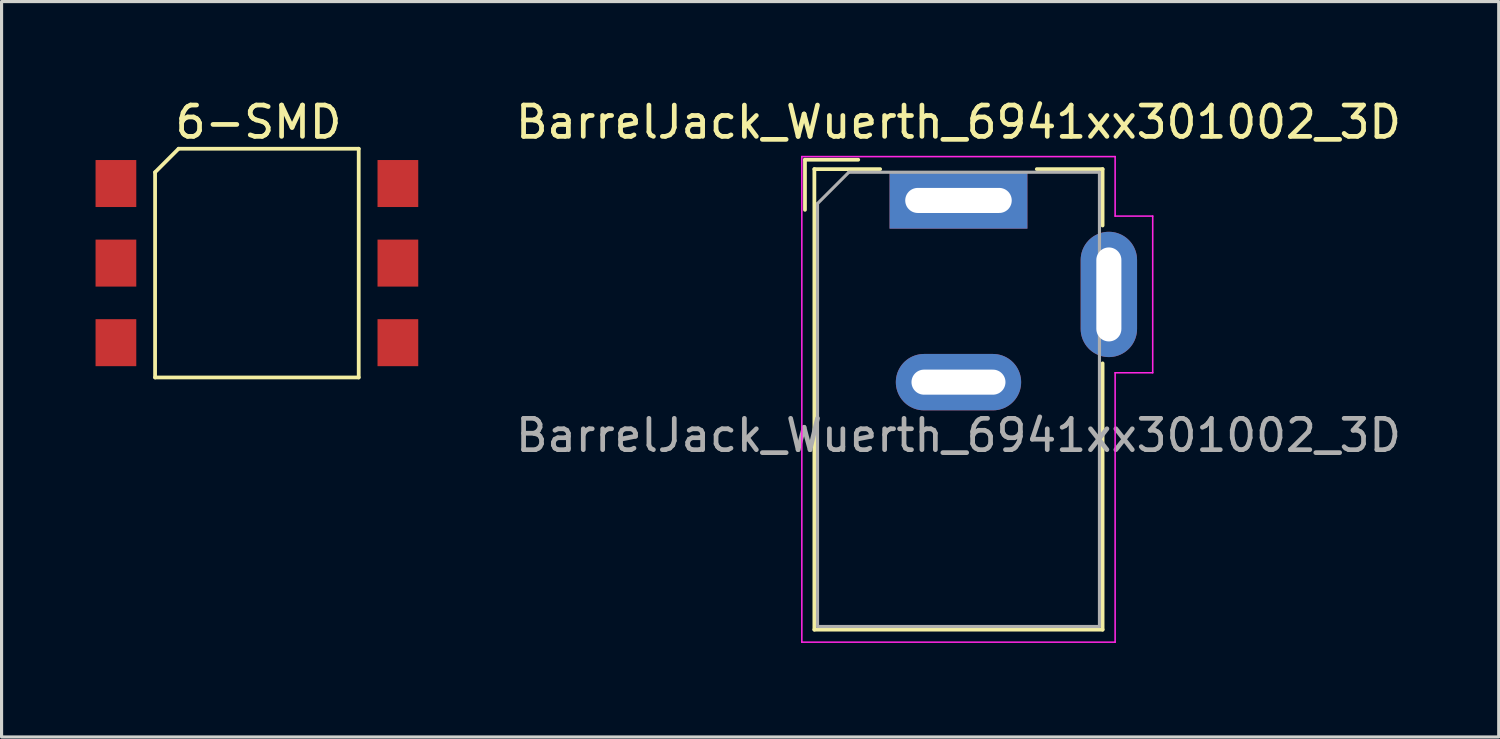
<source format=kicad_pcb>
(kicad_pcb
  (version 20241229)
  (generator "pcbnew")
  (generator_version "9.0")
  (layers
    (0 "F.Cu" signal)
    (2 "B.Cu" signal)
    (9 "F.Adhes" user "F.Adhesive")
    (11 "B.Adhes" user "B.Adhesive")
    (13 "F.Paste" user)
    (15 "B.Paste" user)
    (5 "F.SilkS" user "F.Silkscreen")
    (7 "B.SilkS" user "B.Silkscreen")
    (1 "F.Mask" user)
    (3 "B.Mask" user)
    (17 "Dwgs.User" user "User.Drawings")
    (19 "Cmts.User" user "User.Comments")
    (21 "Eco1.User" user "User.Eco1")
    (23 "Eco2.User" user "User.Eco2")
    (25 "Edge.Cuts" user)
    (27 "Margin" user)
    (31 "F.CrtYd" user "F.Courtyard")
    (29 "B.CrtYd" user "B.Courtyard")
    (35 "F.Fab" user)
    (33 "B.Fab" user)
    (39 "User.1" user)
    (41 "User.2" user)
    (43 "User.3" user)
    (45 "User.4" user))
  (footprint "BarrelJack_Wuerth_6941xx301002_3D"
    (layer "F.Cu")
    (at 27.544 3.348)
    (property "Reference" "BarrelJack_Wuerth_6941xx301002_3D" (at 0 -2.5 0) (layer "F.SilkS") (effects (font (size 1 1) (thickness 0.15))))
    (attr through_hole)
    (fp_line (start -4.9 -1.3) (end -4.9 0.3) (stroke (width 0.12) (type solid)) (layer "F.SilkS"))
    (fp_line (start -4.6 -1) (end -2.5 -1) (stroke (width 0.12) (type solid)) (layer "F.SilkS"))
    (fp_line (start -4.6 13.7) (end -4.6 -1) (stroke (width 0.12) (type solid)) (layer "F.SilkS"))
    (fp_line (start -3.2 -1.3) (end -4.9 -1.3) (stroke (width 0.12) (type solid)) (layer "F.SilkS"))
    (fp_line (start 2.5 -1) (end 4.6 -1) (stroke (width 0.12) (type solid)) (layer "F.SilkS"))
    (fp_line (start 4.6 -1) (end 4.6 0.8) (stroke (width 0.12) (type solid)) (layer "F.SilkS"))
    (fp_line (start 4.6 5.2) (end 4.6 13.7) (stroke (width 0.12) (type solid)) (layer "F.SilkS"))
    (fp_line (start 4.6 13.7) (end -4.6 13.7) (stroke (width 0.12) (type solid)) (layer "F.SilkS"))
    (fp_line (start -5 -1.4) (end -5 14.1) (stroke (width 0.05) (type solid)) (layer "F.CrtYd"))
    (fp_line (start -5 14.1) (end 5 14.1) (stroke (width 0.05) (type solid)) (layer "F.CrtYd"))
    (fp_line (start 5 -1.4) (end -5 -1.4) (stroke (width 0.05) (type solid)) (layer "F.CrtYd"))
    (fp_line (start 5 0.5) (end 5 -1.4) (stroke (width 0.05) (type solid)) (layer "F.CrtYd"))
    (fp_line (start 5 14.1) (end 5 5.5) (stroke (width 0.05) (type solid)) (layer "F.CrtYd"))
    (fp_line (start 6.2 0.5) (end 5 0.5) (stroke (width 0.05) (type solid)) (layer "F.CrtYd"))
    (fp_line (start 6.2 0.5) (end 6.2 5.5) (stroke (width 0.05) (type solid)) (layer "F.CrtYd"))
    (fp_line (start 6.2 5.5) (end 5 5.5) (stroke (width 0.05) (type solid)) (layer "F.CrtYd"))
    (fp_line (start -4.5 0.1) (end -3.5 -0.9) (stroke (width 0.1) (type solid)) (layer "F.Fab"))
    (fp_line (start -4.5 13.6) (end -4.5 0.1) (stroke (width 0.1) (type solid)) (layer "F.Fab"))
    (fp_line (start 4.5 -0.9) (end -3.5 -0.9) (stroke (width 0.1) (type solid)) (layer "F.Fab"))
    (fp_line (start 4.5 -0.9) (end 4.5 13.6) (stroke (width 0.1) (type solid)) (layer "F.Fab"))
    (fp_line (start 4.5 13.6) (end -4.5 13.6) (stroke (width 0.1) (type solid)) (layer "F.Fab"))
    (fp_text user "${REFERENCE}" (at 0 7.5 0) (layer "F.Fab") (effects (font (size 1 1) (thickness 0.15))))
    (pad "1" thru_hole rect (at 0 0) (size 4.4 1.8) (drill oval 3.4 0.8) (layers "*.Cu" "*.Mask"))
    (pad "2" thru_hole oval (at 0 5.8) (size 4 1.8) (drill oval 3 0.8) (layers "*.Cu" "*.Mask"))
    (pad "3" thru_hole oval (at 4.8 3 90) (size 4 1.8) (drill oval 3 0.8) (layers "*.Cu" "*.Mask")))
  (footprint "6-SMD"
    (layer "F.Cu")
    (at 5.15 5.348)
    (property "Reference" "6-SMD" (at 0.05 -4.5 0) (layer "F.SilkS") (effects (font (size 1 1) (thickness 0.15))))
    (attr through_hole)
    (fp_line (start -3.25 3.65) (end -3.25 -2.9) (stroke (width 0.12) (type solid)) (layer "F.SilkS"))
    (fp_line (start -2.5 -3.65) (end -3.25 -2.9) (stroke (width 0.12) (type solid)) (layer "F.SilkS"))
    (fp_line (start 3.25 -3.65) (end -2.5 -3.65) (stroke (width 0.12) (type solid)) (layer "F.SilkS"))
    (fp_line (start 3.25 -3.65) (end 3.25 3.65) (stroke (width 0.12) (type solid)) (layer "F.SilkS"))
    (fp_line (start 3.25 3.65) (end -3.25 3.65) (stroke (width 0.12) (type solid)) (layer "F.SilkS"))
    (pad "1" smd rect (at -4.5 -2.54) (size 1.3 1.5) (layers "F.Cu" "F.Mask" "F.Paste"))
    (pad "2" smd rect (at -4.5 0) (size 1.3 1.5) (layers "F.Cu" "F.Mask" "F.Paste"))
    (pad "3" smd rect (at -4.5 2.54) (size 1.3 1.5) (layers "F.Cu" "F.Mask" "F.Paste"))
    (pad "4" smd rect (at 4.5 2.54) (size 1.3 1.5) (layers "F.Cu" "F.Mask" "F.Paste"))
    (pad "5" smd rect (at 4.5 0) (size 1.3 1.5) (layers "F.Cu" "F.Mask" "F.Paste"))
    (pad "6" smd rect (at 4.5 -2.54) (size 1.3 1.5) (layers "F.Cu" "F.Mask" "F.Paste")))
  (gr_rect
    (start -3 -3)
    (end 44.788 20.473)
    (stroke (width 0.1) (type default))
    (fill no)
    (layer "Edge.Cuts")))
</source>
